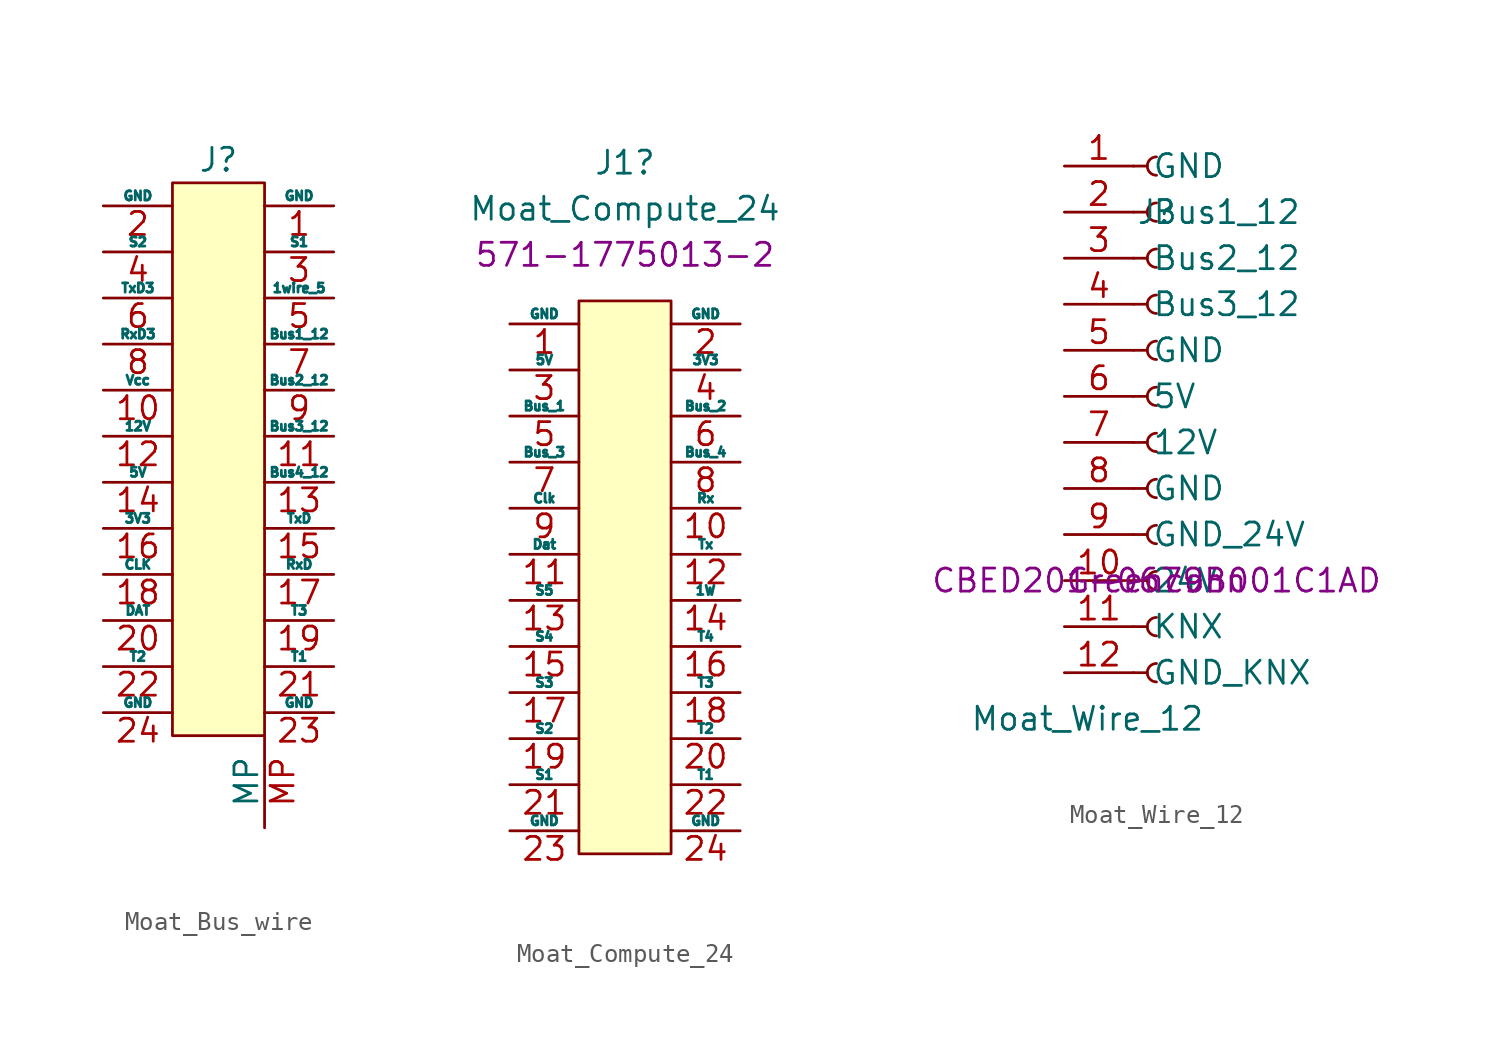
<source format=kicad_sym>
(kicad_symbol_lib
  (version 20220126)
  (generator kicad_symbol_editor)
  (symbol "Moat_Bus_wire"
    (pin_names
      (offset 0))
    (property "Reference" "J"
      (at 0 16.51 0)
      (effects (font (size 1.27 1.27))))
    (symbol "Moat_Bus_wire_1_1"
      (rectangle (start 2.54 15.24) (end -2.54 -15.24) (stroke (width 0) (type default)) (fill (type background)))
      (pin power_in line (at 6.35 13.97 180) (length 3.81) (name "GND" (effects (font (size 0.508 0.508)))) (number "1" (effects (font (size 1.27 1.27)))))
      (pin power_in line (at -6.35 3.81 0) (length 3.81) (name "Vcc" (effects (font (size 0.508 0.508)))) (number "10" (effects (font (size 1.27 1.27)))))
      (pin open_collector line (at 6.35 1.27 180) (length 3.81) (name "Bus3_12" (effects (font (size 0.508 0.508)))) (number "11" (effects (font (size 1.27 1.27)))))
      (pin power_in line (at -6.35 1.27 0) (length 3.81) (name "12V" (effects (font (size 0.508 0.508)))) (number "12" (effects (font (size 1.27 1.27)))))
      (pin open_collector line (at 6.35 -1.27 180) (length 3.81) (name "Bus4_12" (effects (font (size 0.508 0.508)))) (number "13" (effects (font (size 1.27 1.27)))))
      (pin power_in line (at -6.35 -1.27 0) (length 3.81) (name "5V" (effects (font (size 0.508 0.508)))) (number "14" (effects (font (size 1.27 1.27)))))
      (pin output line (at 6.35 -3.81 180) (length 3.81) (name "TxD" (effects (font (size 0.508 0.508)))) (number "15" (effects (font (size 1.27 1.27)))))
      (pin power_out line (at -6.35 -3.81 0) (length 3.81) (name "3V3" (effects (font (size 0.508 0.508)))) (number "16" (effects (font (size 1.27 1.27)))))
      (pin input line (at 6.35 -6.35 180) (length 3.81) (name "RxD" (effects (font (size 0.508 0.508)))) (number "17" (effects (font (size 1.27 1.27)))))
      (pin open_collector line (at -6.35 -6.35 0) (length 3.81) (name "CLK" (effects (font (size 0.508 0.508)))) (number "18" (effects (font (size 1.27 1.27)))))
      (pin input line (at 6.35 -8.89 180) (length 3.81) (name "T3" (effects (font (size 0.508 0.508)))) (number "19" (effects (font (size 1.27 1.27)))))
      (pin power_in line (at -6.35 13.97 0) (length 3.81) (name "GND" (effects (font (size 0.508 0.508)))) (number "2" (effects (font (size 1.27 1.27)))))
      (pin open_collector line (at -6.35 -8.89 0) (length 3.81) (name "DAT" (effects (font (size 0.508 0.508)))) (number "20" (effects (font (size 1.27 1.27)))))
      (pin input line (at 6.35 -11.43 180) (length 3.81) (name "T1" (effects (font (size 0.508 0.508)))) (number "21" (effects (font (size 1.27 1.27)))))
      (pin input line (at -6.35 -11.43 0) (length 3.81) (name "T2" (effects (font (size 0.508 0.508)))) (number "22" (effects (font (size 1.27 1.27)))))
      (pin power_in line (at 6.35 -13.97 180) (length 3.81) (name "GND" (effects (font (size 0.508 0.508)))) (number "23" (effects (font (size 1.27 1.27)))))
      (pin power_in line (at -6.35 -13.97 0) (length 3.81) (name "GND" (effects (font (size 0.508 0.508)))) (number "24" (effects (font (size 1.27 1.27)))))
      (pin output line (at 6.35 11.43 180) (length 3.81) (name "S1" (effects (font (size 0.508 0.508)))) (number "3" (effects (font (size 1.27 1.27)))))
      (pin output line (at -6.35 11.43 0) (length 3.81) (name "S2" (effects (font (size 0.508 0.508)))) (number "4" (effects (font (size 1.27 1.27)))))
      (pin output line (at 6.35 8.89 180) (length 3.81) (name "1wire_5" (effects (font (size 0.508 0.508)))) (number "5" (effects (font (size 1.27 1.27)))))
      (pin output line (at -6.35 8.89 0) (length 3.81) (name "TxD3" (effects (font (size 0.508 0.508)))) (number "6" (effects (font (size 1.27 1.27)))))
      (pin open_collector line (at 6.35 6.35 180) (length 3.81) (name "Bus1_12" (effects (font (size 0.508 0.508)))) (number "7" (effects (font (size 1.27 1.27)))))
      (pin input line (at -6.35 6.35 0) (length 3.81) (name "RxD3" (effects (font (size 0.508 0.508)))) (number "8" (effects (font (size 1.27 1.27)))))
      (pin open_collector line (at 6.35 3.81 180) (length 3.81) (name "Bus2_12" (effects (font (size 0.508 0.508)))) (number "9" (effects (font (size 1.27 1.27)))))
      (pin passive line (at 2.54 -20.32 90) (length 5.08) (name "MP" (effects (font (size 1.27 1.27)))) (number "MP" (effects (font (size 1.27 1.27)))))))
  (symbol "Moat_Compute_24"
    (pin_names
      (offset 0))
    (property "Reference" "J1"
      (at 0 20.32 0)
      (effects (font (size 1.27 1.27))))
    (property "Value" "Moat_Compute_24"
      (at 0 17.78 0)
      (effects (font (size 1.27 1.27))))
    (property "Mouser" "571-1775013-2"
      (at 0 15.24 0)
      (effects (font (size 1.27 1.27))))
    (symbol "Moat_Compute_24_1_1"
      (rectangle (start -2.54 12.7) (end 2.54 -17.78) (stroke (width 0) (type default)) (fill (type background)))
      (pin power_out line (at -6.35 11.43 0) (length 3.81) (name "GND" (effects (font (size 0.508 0.508)))) (number "1" (effects (font (size 1.27 1.27)))))
      (pin output line (at 6.35 1.27 180) (length 3.81) (name "Rx" (effects (font (size 0.508 0.508)))) (number "10" (effects (font (size 1.27 1.27)))))
      (pin open_collector line (at -6.35 -1.27 0) (length 3.81) (name "Dat" (effects (font (size 0.508 0.508)))) (number "11" (effects (font (size 1.27 1.27)))))
      (pin input line (at 6.35 -1.27 180) (length 3.81) (name "Tx" (effects (font (size 0.508 0.508)))) (number "12" (effects (font (size 1.27 1.27)))))
      (pin output line (at -6.35 -3.81 0) (length 3.81) (name "S5" (effects (font (size 0.508 0.508)))) (number "13" (effects (font (size 1.27 1.27)))))
      (pin input line (at 6.35 -3.81 180) (length 3.81) (name "1W" (effects (font (size 0.508 0.508)))) (number "14" (effects (font (size 1.27 1.27)))))
      (pin output line (at -6.35 -6.35 0) (length 3.81) (name "S4" (effects (font (size 0.508 0.508)))) (number "15" (effects (font (size 1.27 1.27)))))
      (pin input line (at 6.35 -6.35 180) (length 3.81) (name "T4" (effects (font (size 0.508 0.508)))) (number "16" (effects (font (size 1.27 1.27)))))
      (pin output line (at -6.35 -8.89 0) (length 3.81) (name "S3" (effects (font (size 0.508 0.508)))) (number "17" (effects (font (size 1.27 1.27)))))
      (pin input line (at 6.35 -8.89 180) (length 3.81) (name "T3" (effects (font (size 0.508 0.508)))) (number "18" (effects (font (size 1.27 1.27)))))
      (pin output line (at -6.35 -11.43 0) (length 3.81) (name "S2" (effects (font (size 0.508 0.508)))) (number "19" (effects (font (size 1.27 1.27)))))
      (pin power_out line (at 6.35 11.43 180) (length 3.81) (name "GND" (effects (font (size 0.508 0.508)))) (number "2" (effects (font (size 1.27 1.27)))))
      (pin input line (at 6.35 -11.43 180) (length 3.81) (name "T2" (effects (font (size 0.508 0.508)))) (number "20" (effects (font (size 1.27 1.27)))))
      (pin output line (at -6.35 -13.97 0) (length 3.81) (name "S1" (effects (font (size 0.508 0.508)))) (number "21" (effects (font (size 1.27 1.27)))))
      (pin input line (at 6.35 -13.97 180) (length 3.81) (name "T1" (effects (font (size 0.508 0.508)))) (number "22" (effects (font (size 1.27 1.27)))))
      (pin power_out line (at -6.35 -16.51 0) (length 3.81) (name "GND" (effects (font (size 0.508 0.508)))) (number "23" (effects (font (size 1.27 1.27)))))
      (pin power_out line (at 6.35 -16.51 180) (length 3.81) (name "GND" (effects (font (size 0.508 0.508)))) (number "24" (effects (font (size 1.27 1.27)))))
      (pin power_out line (at -6.35 8.89 0) (length 3.81) (name "5V" (effects (font (size 0.508 0.508)))) (number "3" (effects (font (size 1.27 1.27)))))
      (pin power_in line (at 6.35 8.89 180) (length 3.81) (name "3V3" (effects (font (size 0.508 0.508)))) (number "4" (effects (font (size 1.27 1.27)))))
      (pin bidirectional line (at -6.35 6.35 0) (length 3.81) (name "Bus_1" (effects (font (size 0.508 0.508)))) (number "5" (effects (font (size 1.27 1.27)))))
      (pin bidirectional line (at 6.35 6.35 180) (length 3.81) (name "Bus_2" (effects (font (size 0.508 0.508)))) (number "6" (effects (font (size 1.27 1.27)))))
      (pin bidirectional line (at -6.35 3.81 0) (length 3.81) (name "Bus_3" (effects (font (size 0.508 0.508)))) (number "7" (effects (font (size 1.27 1.27)))))
      (pin bidirectional line (at 6.35 3.81 180) (length 3.81) (name "Bus_4" (effects (font (size 0.508 0.508)))) (number "8" (effects (font (size 1.27 1.27)))))
      (pin open_collector line (at -6.35 1.27 0) (length 3.81) (name "Clk" (effects (font (size 0.508 0.508)))) (number "9" (effects (font (size 1.27 1.27)))))))
  (symbol "Moat_Wire_12"
    (pin_names
      (offset 1.016))
    (property "Reference" "J"
      (at 0 20.32 0)
      (effects (font (size 1.27 1.27))))
    (property "Value" "Moat_Wire_12"
      (at -3.81 -7.62 0)
      (effects (font (size 1.27 1.27))))
    (property "Mfgr" "Greenconn"
      (at 0 0 0)
      (effects (font (size 1.27 1.27))))
    (property "MfgrPart" "CBED201-0679B001C1AD"
      (at 0 0 0)
      (effects (font (size 1.27 1.27))))
    (symbol "Moat_Wire_12_1_1"
      (arc (start 0 -4.572) (mid -0.5058 -5.08) (end 0 -5.588) (stroke (width 0.1524) (type default)) (fill (type none)))
      (arc (start 0 -2.032) (mid -0.5058 -2.54) (end 0 -3.048) (stroke (width 0.1524) (type default)) (fill (type none)))
      (polyline (pts (xy -1.27 -5.08) (xy -0.508 -5.08)) (stroke (width 0.152) (type default)) (fill (type none)))
      (polyline (pts (xy -1.27 -2.54) (xy -0.508 -2.54)) (stroke (width 0.152) (type default)) (fill (type none)))
      (polyline (pts (xy -1.27 0) (xy -0.508 0)) (stroke (width 0.152) (type default)) (fill (type none)))
      (polyline (pts (xy -1.27 2.54) (xy -0.508 2.54)) (stroke (width 0.152) (type default)) (fill (type none)))
      (polyline (pts (xy -1.27 5.08) (xy -0.508 5.08)) (stroke (width 0.152) (type default)) (fill (type none)))
      (polyline (pts (xy -1.27 7.62) (xy -0.508 7.62)) (stroke (width 0.152) (type default)) (fill (type none)))
      (polyline (pts (xy -1.27 10.16) (xy -0.508 10.16)) (stroke (width 0.152) (type default)) (fill (type none)))
      (polyline (pts (xy -1.27 12.7) (xy -0.508 12.7)) (stroke (width 0.152) (type default)) (fill (type none)))
      (polyline (pts (xy -1.27 15.24) (xy -0.508 15.24)) (stroke (width 0.152) (type default)) (fill (type none)))
      (polyline (pts (xy -1.27 17.78) (xy -0.508 17.78)) (stroke (width 0.152) (type default)) (fill (type none)))
      (polyline (pts (xy -1.27 20.32) (xy -0.508 20.32)) (stroke (width 0.152) (type default)) (fill (type none)))
      (polyline (pts (xy -1.27 22.86) (xy -0.508 22.86)) (stroke (width 0.152) (type default)) (fill (type none)))
      (arc (start 0 0.508) (mid -0.5058 0) (end 0 -0.508) (stroke (width 0.1524) (type default)) (fill (type none)))
      (arc (start 0 3.048) (mid -0.5058 2.54) (end 0 2.032) (stroke (width 0.1524) (type default)) (fill (type none)))
      (arc (start 0 5.588) (mid -0.5058 5.08) (end 0 4.572) (stroke (width 0.1524) (type default)) (fill (type none)))
      (arc (start 0 8.128) (mid -0.5058 7.62) (end 0 7.112) (stroke (width 0.1524) (type default)) (fill (type none)))
      (arc (start 0 10.668) (mid -0.5058 10.16) (end 0 9.652) (stroke (width 0.1524) (type default)) (fill (type none)))
      (arc (start 0 13.208) (mid -0.5058 12.7) (end 0 12.192) (stroke (width 0.1524) (type default)) (fill (type none)))
      (arc (start 0 15.748) (mid -0.5058 15.24) (end 0 14.732) (stroke (width 0.1524) (type default)) (fill (type none)))
      (arc (start 0 18.288) (mid -0.5058 17.78) (end 0 17.272) (stroke (width 0.1524) (type default)) (fill (type none)))
      (arc (start 0 20.828) (mid -0.5058 20.32) (end 0 19.812) (stroke (width 0.1524) (type default)) (fill (type none)))
      (arc (start 0 23.368) (mid -0.5058 22.86) (end 0 22.352) (stroke (width 0.1524) (type default)) (fill (type none)))
      (pin power_out line (at -5.08 22.86 0) (length 3.81) (name "GND" (effects (font (size 1.27 1.27)))) (number "1" (effects (font (size 1.27 1.27)))))
      (pin power_out line (at -5.08 0 0) (length 3.81) (name "24V" (effects (font (size 1.27 1.27)))) (number "10" (effects (font (size 1.27 1.27)))))
      (pin power_out line (at -5.08 -2.54 0) (length 3.81) (name "KNX" (effects (font (size 1.27 1.27)))) (number "11" (effects (font (size 1.27 1.27)))))
      (pin power_out line (at -5.08 -5.08 0) (length 3.81) (name "GND_KNX" (effects (font (size 1.27 1.27)))) (number "12" (effects (font (size 1.27 1.27)))))
      (pin bidirectional line (at -5.08 20.32 0) (length 3.81) (name "Bus1_12" (effects (font (size 1.27 1.27)))) (number "2" (effects (font (size 1.27 1.27)))))
      (pin bidirectional line (at -5.08 17.78 0) (length 3.81) (name "Bus2_12" (effects (font (size 1.27 1.27)))) (number "3" (effects (font (size 1.27 1.27)))))
      (pin bidirectional line (at -5.08 15.24 0) (length 3.81) (name "Bus3_12" (effects (font (size 1.27 1.27)))) (number "4" (effects (font (size 1.27 1.27)))))
      (pin power_out line (at -5.08 12.7 0) (length 3.81) (name "GND" (effects (font (size 1.27 1.27)))) (number "5" (effects (font (size 1.27 1.27)))))
      (pin power_out line (at -5.08 10.16 0) (length 3.81) (name "5V" (effects (font (size 1.27 1.27)))) (number "6" (effects (font (size 1.27 1.27)))))
      (pin power_out line (at -5.08 7.62 0) (length 3.81) (name "12V" (effects (font (size 1.27 1.27)))) (number "7" (effects (font (size 1.27 1.27)))))
      (pin power_out line (at -5.08 5.08 0) (length 3.81) (name "GND" (effects (font (size 1.27 1.27)))) (number "8" (effects (font (size 1.27 1.27)))))
      (pin power_out line (at -5.08 2.54 0) (length 3.81) (name "GND_24V" (effects (font (size 1.27 1.27)))) (number "9" (effects (font (size 1.27 1.27))))))))
</source>
